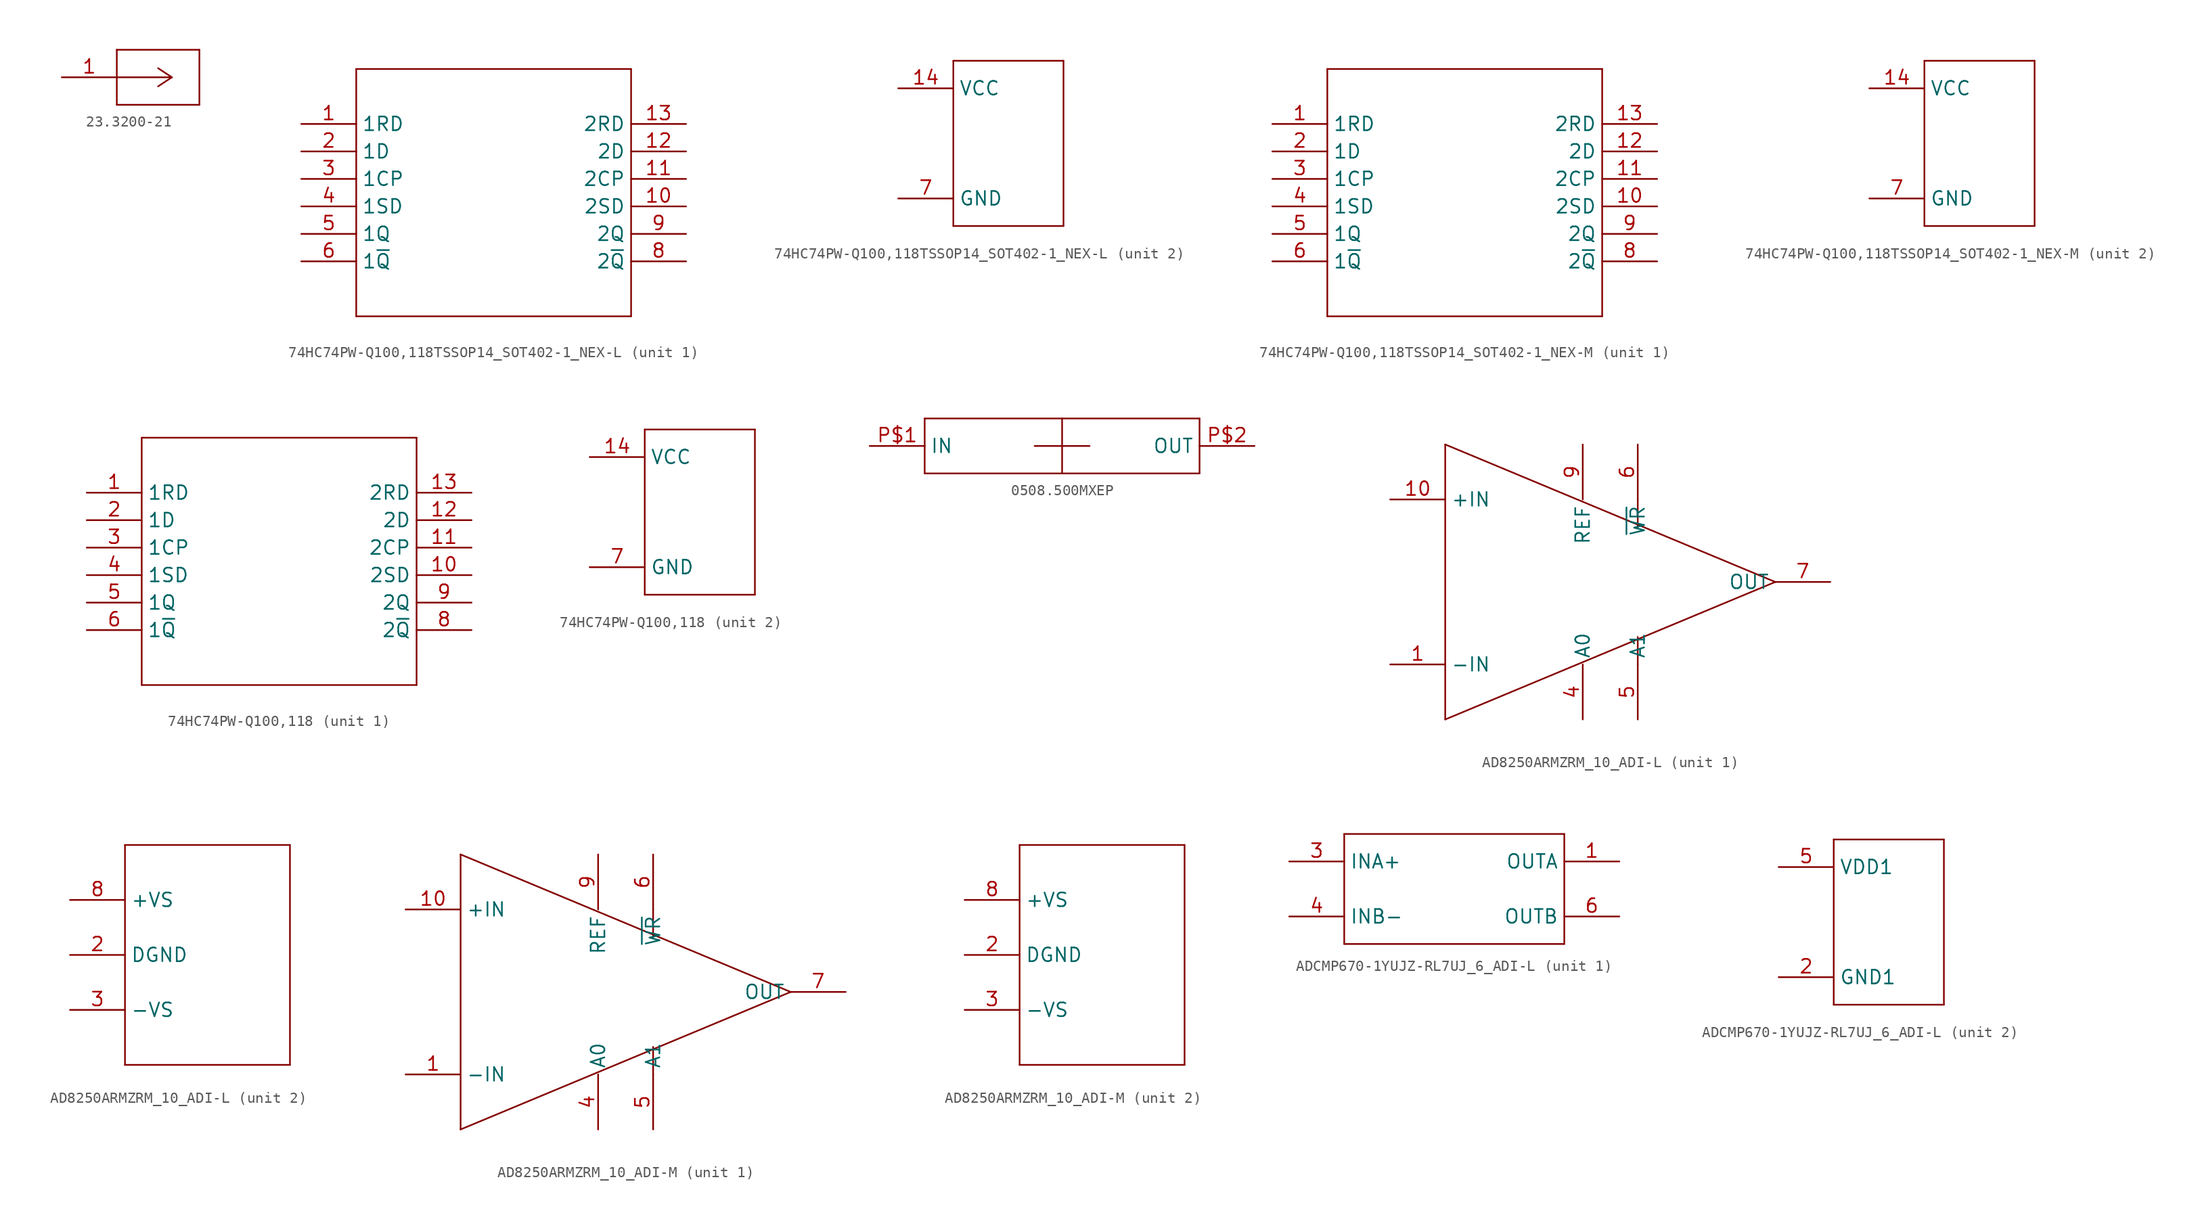
<source format=kicad_sym>
(kicad_symbol_lib
  (version 20220914)
  (generator kicad_symbol_editor)
  (symbol "23.3200-21"
    (property "Reference" "J"
      (at -5.994 2.769 0)
      (effects (font (size 2.083 1.77)) (justify left bottom) hide))
    (property "ki_locked" ""
      (at 0 0 0)
      (effects (font (size 1.27 1.27))))
    (symbol "23.3200-21_1_0"
      (polyline (pts (xy -5.08 -2.54) (xy 2.54 -2.54)) (stroke (width 0.152) (type solid)) (fill (type none)))
      (polyline (pts (xy -5.08 2.54) (xy -5.08 -2.54)) (stroke (width 0.152) (type solid)) (fill (type none)))
      (polyline (pts (xy 0 0) (xy -5.08 0)) (stroke (width 0.152) (type solid)) (fill (type none)))
      (polyline (pts (xy 0 0) (xy -1.27 -0.838)) (stroke (width 0.152) (type solid)) (fill (type none)))
      (polyline (pts (xy 0 0) (xy -1.27 0.838)) (stroke (width 0.152) (type solid)) (fill (type none)))
      (polyline (pts (xy 2.54 -2.54) (xy 2.54 2.54)) (stroke (width 0.152) (type solid)) (fill (type none)))
      (polyline (pts (xy 2.54 2.54) (xy -5.08 2.54)) (stroke (width 0.152) (type solid)) (fill (type none)))
      (pin passive line (at -10.16 0 0) (length 5.08) (name "1" (effects (font (size 0 0)))) (number "1" (effects (font (size 1.27 1.27)))))))
  (symbol "74HC74PW-Q100,118TSSOP14_SOT402-1_NEX-L"
    (property "Reference" "U"
      (at -4.724 16.739 0)
      (effects (font (size 2.083 1.77)) (justify left bottom) hide))
    (property "ki_locked" ""
      (at 0 0 0)
      (effects (font (size 1.27 1.27))))
    (symbol "74HC74PW-Q100,118TSSOP14_SOT402-1_NEX-L_1_0"
      (polyline (pts (xy -12.7 -10.16) (xy 12.7 -10.16)) (stroke (width 0.152) (type solid)) (fill (type none)))
      (polyline (pts (xy -12.7 12.7) (xy -12.7 -10.16)) (stroke (width 0.152) (type solid)) (fill (type none)))
      (polyline (pts (xy 12.7 -10.16) (xy 12.7 12.7)) (stroke (width 0.152) (type solid)) (fill (type none)))
      (polyline (pts (xy 12.7 12.7) (xy -12.7 12.7)) (stroke (width 0.152) (type solid)) (fill (type none)))
      (pin input line (at -17.78 7.62 0) (length 5.08) (name "1RD" (effects (font (size 1.27 1.27)))) (number "1" (effects (font (size 1.27 1.27)))))
      (pin input line (at 17.78 0 180) (length 5.08) (name "2SD" (effects (font (size 1.27 1.27)))) (number "10" (effects (font (size 1.27 1.27)))))
      (pin input line (at 17.78 2.54 180) (length 5.08) (name "2CP" (effects (font (size 1.27 1.27)))) (number "11" (effects (font (size 1.27 1.27)))))
      (pin input line (at 17.78 5.08 180) (length 5.08) (name "2D" (effects (font (size 1.27 1.27)))) (number "12" (effects (font (size 1.27 1.27)))))
      (pin input line (at 17.78 7.62 180) (length 5.08) (name "2RD" (effects (font (size 1.27 1.27)))) (number "13" (effects (font (size 1.27 1.27)))))
      (pin input line (at -17.78 5.08 0) (length 5.08) (name "1D" (effects (font (size 1.27 1.27)))) (number "2" (effects (font (size 1.27 1.27)))))
      (pin input line (at -17.78 2.54 0) (length 5.08) (name "1CP" (effects (font (size 1.27 1.27)))) (number "3" (effects (font (size 1.27 1.27)))))
      (pin input line (at -17.78 0 0) (length 5.08) (name "1SD" (effects (font (size 1.27 1.27)))) (number "4" (effects (font (size 1.27 1.27)))))
      (pin output line (at -17.78 -2.54 0) (length 5.08) (name "1Q" (effects (font (size 1.27 1.27)))) (number "5" (effects (font (size 1.27 1.27)))))
      (pin output line (at -17.78 -5.08 0) (length 5.08) (name "1~{Q}" (effects (font (size 1.27 1.27)))) (number "6" (effects (font (size 1.27 1.27)))))
      (pin output line (at 17.78 -5.08 180) (length 5.08) (name "2~{Q}" (effects (font (size 1.27 1.27)))) (number "8" (effects (font (size 1.27 1.27)))))
      (pin output line (at 17.78 -2.54 180) (length 5.08) (name "2Q" (effects (font (size 1.27 1.27)))) (number "9" (effects (font (size 1.27 1.27))))))
    (symbol "74HC74PW-Q100,118TSSOP14_SOT402-1_NEX-L_2_0"
      (polyline (pts (xy -5.08 -7.62) (xy -5.08 7.62)) (stroke (width 0.152) (type solid)) (fill (type none)))
      (polyline (pts (xy 5.08 -7.62) (xy -5.08 -7.62)) (stroke (width 0.152) (type solid)) (fill (type none)))
      (polyline (pts (xy 5.08 7.62) (xy -5.08 7.62)) (stroke (width 0.152) (type solid)) (fill (type none)))
      (polyline (pts (xy 5.08 7.62) (xy 5.08 -7.62)) (stroke (width 0.152) (type solid)) (fill (type none)))
      (pin power_in line (at -10.16 5.08 0) (length 5.08) (name "VCC" (effects (font (size 1.27 1.27)))) (number "14" (effects (font (size 1.27 1.27)))))
      (pin power_in line (at -10.16 -5.08 0) (length 5.08) (name "GND" (effects (font (size 1.27 1.27)))) (number "7" (effects (font (size 1.27 1.27)))))))
  (symbol "74HC74PW-Q100,118TSSOP14_SOT402-1_NEX-M"
    (property "Reference" "U"
      (at -4.724 16.739 0)
      (effects (font (size 2.083 1.77)) (justify left bottom) hide))
    (property "ki_locked" ""
      (at 0 0 0)
      (effects (font (size 1.27 1.27))))
    (symbol "74HC74PW-Q100,118TSSOP14_SOT402-1_NEX-M_1_0"
      (polyline (pts (xy -12.7 -10.16) (xy 12.7 -10.16)) (stroke (width 0.152) (type solid)) (fill (type none)))
      (polyline (pts (xy -12.7 12.7) (xy -12.7 -10.16)) (stroke (width 0.152) (type solid)) (fill (type none)))
      (polyline (pts (xy 12.7 -10.16) (xy 12.7 12.7)) (stroke (width 0.152) (type solid)) (fill (type none)))
      (polyline (pts (xy 12.7 12.7) (xy -12.7 12.7)) (stroke (width 0.152) (type solid)) (fill (type none)))
      (pin input line (at -17.78 7.62 0) (length 5.08) (name "1RD" (effects (font (size 1.27 1.27)))) (number "1" (effects (font (size 1.27 1.27)))))
      (pin input line (at 17.78 0 180) (length 5.08) (name "2SD" (effects (font (size 1.27 1.27)))) (number "10" (effects (font (size 1.27 1.27)))))
      (pin input line (at 17.78 2.54 180) (length 5.08) (name "2CP" (effects (font (size 1.27 1.27)))) (number "11" (effects (font (size 1.27 1.27)))))
      (pin input line (at 17.78 5.08 180) (length 5.08) (name "2D" (effects (font (size 1.27 1.27)))) (number "12" (effects (font (size 1.27 1.27)))))
      (pin input line (at 17.78 7.62 180) (length 5.08) (name "2RD" (effects (font (size 1.27 1.27)))) (number "13" (effects (font (size 1.27 1.27)))))
      (pin input line (at -17.78 5.08 0) (length 5.08) (name "1D" (effects (font (size 1.27 1.27)))) (number "2" (effects (font (size 1.27 1.27)))))
      (pin input line (at -17.78 2.54 0) (length 5.08) (name "1CP" (effects (font (size 1.27 1.27)))) (number "3" (effects (font (size 1.27 1.27)))))
      (pin input line (at -17.78 0 0) (length 5.08) (name "1SD" (effects (font (size 1.27 1.27)))) (number "4" (effects (font (size 1.27 1.27)))))
      (pin output line (at -17.78 -2.54 0) (length 5.08) (name "1Q" (effects (font (size 1.27 1.27)))) (number "5" (effects (font (size 1.27 1.27)))))
      (pin output line (at -17.78 -5.08 0) (length 5.08) (name "1~{Q}" (effects (font (size 1.27 1.27)))) (number "6" (effects (font (size 1.27 1.27)))))
      (pin output line (at 17.78 -5.08 180) (length 5.08) (name "2~{Q}" (effects (font (size 1.27 1.27)))) (number "8" (effects (font (size 1.27 1.27)))))
      (pin output line (at 17.78 -2.54 180) (length 5.08) (name "2Q" (effects (font (size 1.27 1.27)))) (number "9" (effects (font (size 1.27 1.27))))))
    (symbol "74HC74PW-Q100,118TSSOP14_SOT402-1_NEX-M_2_0"
      (polyline (pts (xy -5.08 -7.62) (xy -5.08 7.62)) (stroke (width 0.152) (type solid)) (fill (type none)))
      (polyline (pts (xy 5.08 -7.62) (xy -5.08 -7.62)) (stroke (width 0.152) (type solid)) (fill (type none)))
      (polyline (pts (xy 5.08 7.62) (xy -5.08 7.62)) (stroke (width 0.152) (type solid)) (fill (type none)))
      (polyline (pts (xy 5.08 7.62) (xy 5.08 -7.62)) (stroke (width 0.152) (type solid)) (fill (type none)))
      (pin power_in line (at -10.16 5.08 0) (length 5.08) (name "VCC" (effects (font (size 1.27 1.27)))) (number "14" (effects (font (size 1.27 1.27)))))
      (pin power_in line (at -10.16 -5.08 0) (length 5.08) (name "GND" (effects (font (size 1.27 1.27)))) (number "7" (effects (font (size 1.27 1.27)))))))
  (symbol "74HC74PW-Q100,118"
    (property "Reference" "U"
      (at -4.724 16.739 0)
      (effects (font (size 2.083 1.77)) (justify left bottom) hide))
    (property "ki_locked" ""
      (at 0 0 0)
      (effects (font (size 1.27 1.27))))
    (symbol "74HC74PW-Q100,118_1_0"
      (polyline (pts (xy -12.7 -10.16) (xy 12.7 -10.16)) (stroke (width 0.152) (type solid)) (fill (type none)))
      (polyline (pts (xy -12.7 12.7) (xy -12.7 -10.16)) (stroke (width 0.152) (type solid)) (fill (type none)))
      (polyline (pts (xy 12.7 -10.16) (xy 12.7 12.7)) (stroke (width 0.152) (type solid)) (fill (type none)))
      (polyline (pts (xy 12.7 12.7) (xy -12.7 12.7)) (stroke (width 0.152) (type solid)) (fill (type none)))
      (pin input line (at -17.78 7.62 0) (length 5.08) (name "1RD" (effects (font (size 1.27 1.27)))) (number "1" (effects (font (size 1.27 1.27)))))
      (pin input line (at 17.78 0 180) (length 5.08) (name "2SD" (effects (font (size 1.27 1.27)))) (number "10" (effects (font (size 1.27 1.27)))))
      (pin input line (at 17.78 2.54 180) (length 5.08) (name "2CP" (effects (font (size 1.27 1.27)))) (number "11" (effects (font (size 1.27 1.27)))))
      (pin input line (at 17.78 5.08 180) (length 5.08) (name "2D" (effects (font (size 1.27 1.27)))) (number "12" (effects (font (size 1.27 1.27)))))
      (pin input line (at 17.78 7.62 180) (length 5.08) (name "2RD" (effects (font (size 1.27 1.27)))) (number "13" (effects (font (size 1.27 1.27)))))
      (pin input line (at -17.78 5.08 0) (length 5.08) (name "1D" (effects (font (size 1.27 1.27)))) (number "2" (effects (font (size 1.27 1.27)))))
      (pin input line (at -17.78 2.54 0) (length 5.08) (name "1CP" (effects (font (size 1.27 1.27)))) (number "3" (effects (font (size 1.27 1.27)))))
      (pin input line (at -17.78 0 0) (length 5.08) (name "1SD" (effects (font (size 1.27 1.27)))) (number "4" (effects (font (size 1.27 1.27)))))
      (pin output line (at -17.78 -2.54 0) (length 5.08) (name "1Q" (effects (font (size 1.27 1.27)))) (number "5" (effects (font (size 1.27 1.27)))))
      (pin output line (at -17.78 -5.08 0) (length 5.08) (name "1~{Q}" (effects (font (size 1.27 1.27)))) (number "6" (effects (font (size 1.27 1.27)))))
      (pin output line (at 17.78 -5.08 180) (length 5.08) (name "2~{Q}" (effects (font (size 1.27 1.27)))) (number "8" (effects (font (size 1.27 1.27)))))
      (pin output line (at 17.78 -2.54 180) (length 5.08) (name "2Q" (effects (font (size 1.27 1.27)))) (number "9" (effects (font (size 1.27 1.27))))))
    (symbol "74HC74PW-Q100,118_2_0"
      (polyline (pts (xy -5.08 -7.62) (xy -5.08 7.62)) (stroke (width 0.152) (type solid)) (fill (type none)))
      (polyline (pts (xy 5.08 -7.62) (xy -5.08 -7.62)) (stroke (width 0.152) (type solid)) (fill (type none)))
      (polyline (pts (xy 5.08 7.62) (xy -5.08 7.62)) (stroke (width 0.152) (type solid)) (fill (type none)))
      (polyline (pts (xy 5.08 7.62) (xy 5.08 -7.62)) (stroke (width 0.152) (type solid)) (fill (type none)))
      (pin power_in line (at -10.16 5.08 0) (length 5.08) (name "VCC" (effects (font (size 1.27 1.27)))) (number "14" (effects (font (size 1.27 1.27)))))
      (pin power_in line (at -10.16 -5.08 0) (length 5.08) (name "GND" (effects (font (size 1.27 1.27)))) (number "7" (effects (font (size 1.27 1.27)))))))
  (symbol "0508.500MXEP"
    (property "Reference" ""
      (at -12.7 5.08 0)
      (effects (font (size 1.778 1.511)) (justify left bottom) hide))
    (property "ki_locked" ""
      (at 0 0 0)
      (effects (font (size 1.27 1.27))))
    (symbol "0508.500MXEP_1_0"
      (polyline (pts (xy -12.7 -2.54) (xy -12.7 0)) (stroke (width 0.152) (type solid)) (fill (type none)))
      (polyline (pts (xy -12.7 0) (xy -12.7 2.54)) (stroke (width 0.152) (type solid)) (fill (type none)))
      (polyline (pts (xy -12.7 2.54) (xy 0 2.54)) (stroke (width 0.152) (type solid)) (fill (type none)))
      (polyline (pts (xy 0 -2.54) (xy -12.7 -2.54)) (stroke (width 0.152) (type solid)) (fill (type none)))
      (polyline (pts (xy 0 2.54) (xy 0 -2.54)) (stroke (width 0.152) (type solid)) (fill (type none)))
      (polyline (pts (xy 0 2.54) (xy 12.7 2.54)) (stroke (width 0.152) (type solid)) (fill (type none)))
      (polyline (pts (xy 2.54 0) (xy -2.54 0)) (stroke (width 0.152) (type solid)) (fill (type none)))
      (polyline (pts (xy 12.7 -2.54) (xy 0 -2.54)) (stroke (width 0.152) (type solid)) (fill (type none)))
      (polyline (pts (xy 12.7 0) (xy 12.7 -2.54)) (stroke (width 0.152) (type solid)) (fill (type none)))
      (polyline (pts (xy 12.7 2.54) (xy 12.7 0)) (stroke (width 0.152) (type solid)) (fill (type none)))
      (pin bidirectional line (at -17.78 0 0) (length 5.08) (name "IN" (effects (font (size 1.27 1.27)))) (number "P$1" (effects (font (size 1.27 1.27)))))
      (pin bidirectional line (at 17.78 0 180) (length 5.08) (name "OUT" (effects (font (size 1.27 1.27)))) (number "P$2" (effects (font (size 1.27 1.27)))))))
  (symbol "AD8250ARMZRM_10_ADI-L"
    (property "Reference" "U"
      (at -7.62 12.7 0)
      (effects (font (size 1.778 1.511)) (justify left bottom) hide))
    (property "ki_locked" ""
      (at 0 0 0)
      (effects (font (size 1.27 1.27))))
    (symbol "AD8250ARMZRM_10_ADI-L_1_0"
      (polyline (pts (xy -10.16 12.7) (xy -10.16 -12.7)) (stroke (width 0.152) (type solid)) (fill (type none)))
      (polyline (pts (xy -10.16 12.7) (xy 20.32 0)) (stroke (width 0.152) (type solid)) (fill (type none)))
      (polyline (pts (xy 7.62 -7.62) (xy 7.62 -5.08)) (stroke (width 0.152) (type solid)) (fill (type none)))
      (polyline (pts (xy 7.62 7.62) (xy 7.62 5.08)) (stroke (width 0.152) (type solid)) (fill (type none)))
      (polyline (pts (xy 20.32 0) (xy -10.16 -12.7)) (stroke (width 0.152) (type solid)) (fill (type none)))
      (pin passive line (at -15.24 -7.62 0) (length 5.08) (name "-IN" (effects (font (size 1.27 1.27)))) (number "1" (effects (font (size 1.27 1.27)))))
      (pin passive line (at -15.24 7.62 0) (length 5.08) (name "+IN" (effects (font (size 1.27 1.27)))) (number "10" (effects (font (size 1.27 1.27)))))
      (pin passive line (at 2.54 -12.7 90) (length 5.08) (name "A0" (effects (font (size 1.27 1.27)))) (number "4" (effects (font (size 1.27 1.27)))))
      (pin passive line (at 7.62 -12.7 90) (length 5.08) (name "A1" (effects (font (size 1.27 1.27)))) (number "5" (effects (font (size 1.27 1.27)))))
      (pin passive line (at 7.62 12.7 270) (length 5.08) (name "~{WR}" (effects (font (size 1.27 1.27)))) (number "6" (effects (font (size 1.27 1.27)))))
      (pin passive line (at 25.4 0 180) (length 5.08) (name "OUT" (effects (font (size 1.27 1.27)))) (number "7" (effects (font (size 1.27 1.27)))))
      (pin passive line (at 2.54 12.7 270) (length 5.08) (name "REF" (effects (font (size 1.27 1.27)))) (number "9" (effects (font (size 1.27 1.27))))))
    (symbol "AD8250ARMZRM_10_ADI-L_2_0"
      (polyline (pts (xy -7.62 -10.16) (xy 7.62 -10.16)) (stroke (width 0.152) (type solid)) (fill (type none)))
      (polyline (pts (xy -7.62 10.16) (xy -7.62 -10.16)) (stroke (width 0.152) (type solid)) (fill (type none)))
      (polyline (pts (xy 7.62 -10.16) (xy 7.62 10.16)) (stroke (width 0.152) (type solid)) (fill (type none)))
      (polyline (pts (xy 7.62 10.16) (xy -7.62 10.16)) (stroke (width 0.152) (type solid)) (fill (type none)))
      (pin bidirectional line (at -12.7 0 0) (length 5.08) (name "DGND" (effects (font (size 1.27 1.27)))) (number "2" (effects (font (size 1.27 1.27)))))
      (pin bidirectional line (at -12.7 -5.08 0) (length 5.08) (name "-VS" (effects (font (size 1.27 1.27)))) (number "3" (effects (font (size 1.27 1.27)))))
      (pin bidirectional line (at -12.7 5.08 0) (length 5.08) (name "+VS" (effects (font (size 1.27 1.27)))) (number "8" (effects (font (size 1.27 1.27)))))))
  (symbol "AD8250ARMZRM_10_ADI-M"
    (property "Reference" "U"
      (at -7.62 12.7 0)
      (effects (font (size 1.778 1.511)) (justify left bottom) hide))
    (property "ki_locked" ""
      (at 0 0 0)
      (effects (font (size 1.27 1.27))))
    (symbol "AD8250ARMZRM_10_ADI-M_1_0"
      (polyline (pts (xy -10.16 12.7) (xy -10.16 -12.7)) (stroke (width 0.152) (type solid)) (fill (type none)))
      (polyline (pts (xy -10.16 12.7) (xy 20.32 0)) (stroke (width 0.152) (type solid)) (fill (type none)))
      (polyline (pts (xy 7.62 -7.62) (xy 7.62 -5.08)) (stroke (width 0.152) (type solid)) (fill (type none)))
      (polyline (pts (xy 7.62 7.62) (xy 7.62 5.08)) (stroke (width 0.152) (type solid)) (fill (type none)))
      (polyline (pts (xy 20.32 0) (xy -10.16 -12.7)) (stroke (width 0.152) (type solid)) (fill (type none)))
      (pin passive line (at -15.24 -7.62 0) (length 5.08) (name "-IN" (effects (font (size 1.27 1.27)))) (number "1" (effects (font (size 1.27 1.27)))))
      (pin passive line (at -15.24 7.62 0) (length 5.08) (name "+IN" (effects (font (size 1.27 1.27)))) (number "10" (effects (font (size 1.27 1.27)))))
      (pin passive line (at 2.54 -12.7 90) (length 5.08) (name "A0" (effects (font (size 1.27 1.27)))) (number "4" (effects (font (size 1.27 1.27)))))
      (pin passive line (at 7.62 -12.7 90) (length 5.08) (name "A1" (effects (font (size 1.27 1.27)))) (number "5" (effects (font (size 1.27 1.27)))))
      (pin passive line (at 7.62 12.7 270) (length 5.08) (name "~{WR}" (effects (font (size 1.27 1.27)))) (number "6" (effects (font (size 1.27 1.27)))))
      (pin passive line (at 25.4 0 180) (length 5.08) (name "OUT" (effects (font (size 1.27 1.27)))) (number "7" (effects (font (size 1.27 1.27)))))
      (pin passive line (at 2.54 12.7 270) (length 5.08) (name "REF" (effects (font (size 1.27 1.27)))) (number "9" (effects (font (size 1.27 1.27))))))
    (symbol "AD8250ARMZRM_10_ADI-M_2_0"
      (polyline (pts (xy -7.62 -10.16) (xy 7.62 -10.16)) (stroke (width 0.152) (type solid)) (fill (type none)))
      (polyline (pts (xy -7.62 10.16) (xy -7.62 -10.16)) (stroke (width 0.152) (type solid)) (fill (type none)))
      (polyline (pts (xy 7.62 -10.16) (xy 7.62 10.16)) (stroke (width 0.152) (type solid)) (fill (type none)))
      (polyline (pts (xy 7.62 10.16) (xy -7.62 10.16)) (stroke (width 0.152) (type solid)) (fill (type none)))
      (pin bidirectional line (at -12.7 0 0) (length 5.08) (name "DGND" (effects (font (size 1.27 1.27)))) (number "2" (effects (font (size 1.27 1.27)))))
      (pin bidirectional line (at -12.7 -5.08 0) (length 5.08) (name "-VS" (effects (font (size 1.27 1.27)))) (number "3" (effects (font (size 1.27 1.27)))))
      (pin bidirectional line (at -12.7 5.08 0) (length 5.08) (name "+VS" (effects (font (size 1.27 1.27)))) (number "8" (effects (font (size 1.27 1.27)))))))
  (symbol "ADCMP670-1YUJZ-RL7UJ_6_ADI-L"
    (property "Reference" "U"
      (at -4.724 9.119 0)
      (effects (font (size 2.083 1.77)) (justify left bottom) hide))
    (property "ki_locked" ""
      (at 0 0 0)
      (effects (font (size 1.27 1.27))))
    (symbol "ADCMP670-1YUJZ-RL7UJ_6_ADI-L_1_0"
      (polyline (pts (xy -10.16 5.08) (xy -10.16 -5.08)) (stroke (width 0.152) (type solid)) (fill (type none)))
      (polyline (pts (xy -10.16 5.08) (xy 10.16 5.08)) (stroke (width 0.152) (type solid)) (fill (type none)))
      (polyline (pts (xy 10.16 -5.08) (xy -10.16 -5.08)) (stroke (width 0.152) (type solid)) (fill (type none)))
      (polyline (pts (xy 10.16 5.08) (xy 10.16 -5.08)) (stroke (width 0.152) (type solid)) (fill (type none)))
      (pin output line (at 15.24 2.54 180) (length 5.08) (name "OUTA" (effects (font (size 1.27 1.27)))) (number "1" (effects (font (size 1.27 1.27)))))
      (pin input line (at -15.24 2.54 0) (length 5.08) (name "INA+" (effects (font (size 1.27 1.27)))) (number "3" (effects (font (size 1.27 1.27)))))
      (pin input line (at -15.24 -2.54 0) (length 5.08) (name "INB-" (effects (font (size 1.27 1.27)))) (number "4" (effects (font (size 1.27 1.27)))))
      (pin output line (at 15.24 -2.54 180) (length 5.08) (name "OUTB" (effects (font (size 1.27 1.27)))) (number "6" (effects (font (size 1.27 1.27))))))
    (symbol "ADCMP670-1YUJZ-RL7UJ_6_ADI-L_2_0"
      (polyline (pts (xy -5.08 -7.62) (xy 5.08 -7.62)) (stroke (width 0.152) (type solid)) (fill (type none)))
      (polyline (pts (xy -5.08 7.62) (xy -5.08 -7.62)) (stroke (width 0.152) (type solid)) (fill (type none)))
      (polyline (pts (xy 5.08 -7.62) (xy 5.08 7.62)) (stroke (width 0.152) (type solid)) (fill (type none)))
      (polyline (pts (xy 5.08 7.62) (xy -5.08 7.62)) (stroke (width 0.152) (type solid)) (fill (type none)))
      (pin passive line (at -10.16 -5.08 0) (length 5.08) (name "GND1" (effects (font (size 1.27 1.27)))) (number "2" (effects (font (size 1.27 1.27)))))
      (pin passive line (at -10.16 5.08 0) (length 5.08) (name "VDD1" (effects (font (size 1.27 1.27)))) (number "5" (effects (font (size 1.27 1.27))))))))
</source>
